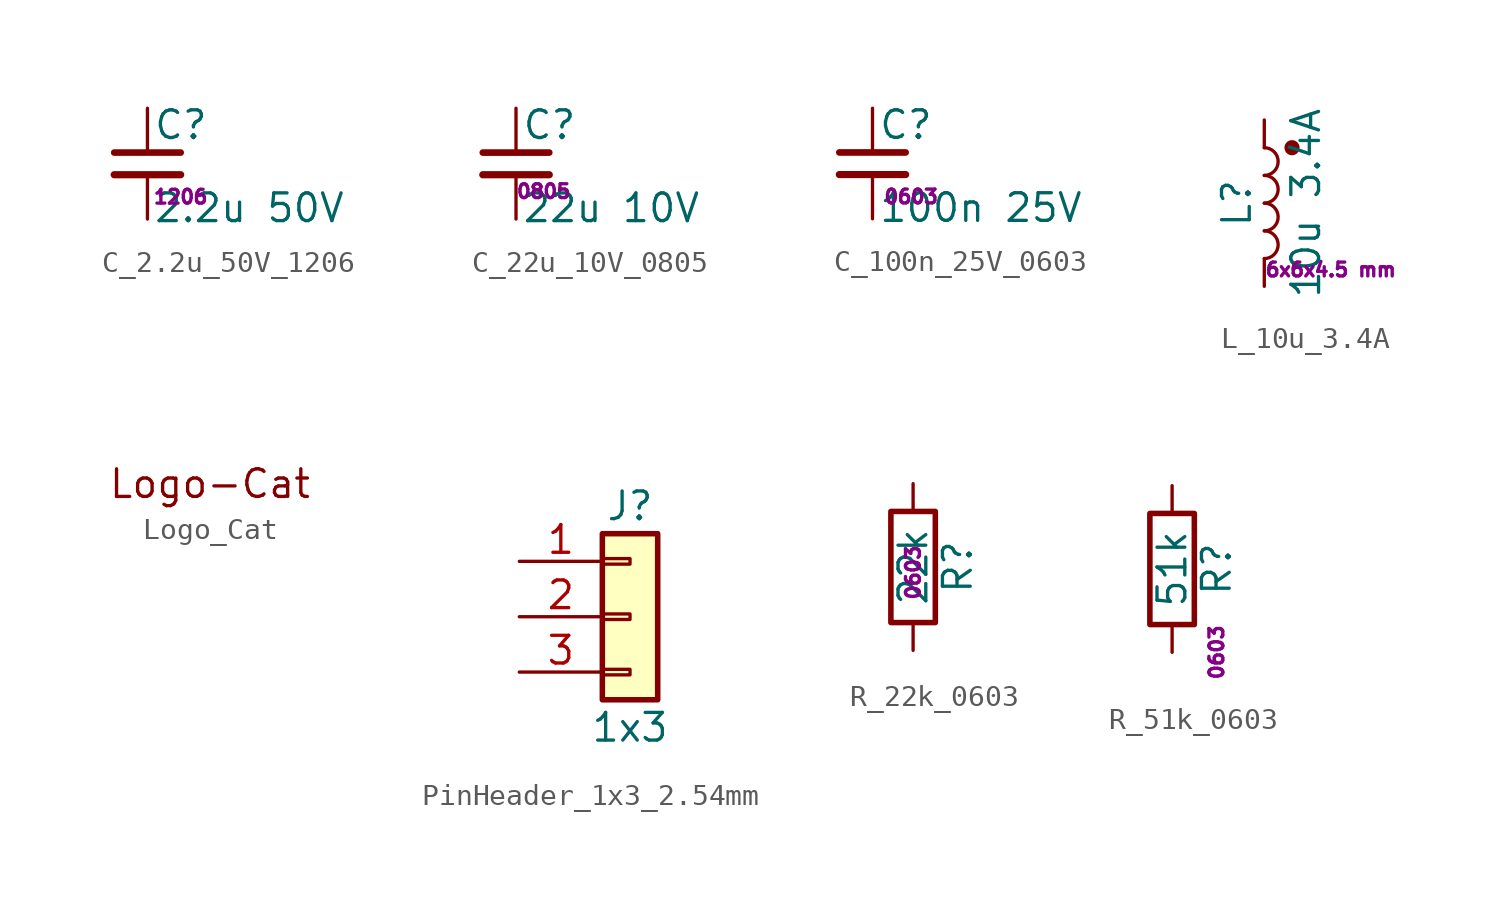
<source format=kicad_sym>
(kicad_symbol_lib
  (version 20241209)
  (generator "kicad_symbol_editor")
  (generator_version "9.0")
  (symbol "C_2.2u_50V_1206"
    (pin_numbers
      (hide yes))
    (pin_names
      (offset 0.254)
      (hide yes))
    (property "Reference" "C"
      (at 0.254 1.778 0)
      (effects (font (size 1.27 1.27)) (justify left)))
    (property "Value" "2.2u 50V"
      (at 0.254 -2.032 0)
      (effects (font (size 1.27 1.27)) (justify left)))
    (property "Size" "1206"
      (at 1.524 -1.524 0)
      (effects (font (size 0.635 0.635))))
    (symbol "C_2.2u_50V_1206_0_1"
      (polyline (pts (xy -1.524 0.508) (xy 1.524 0.508)) (stroke (width 0.305) (type default)) (fill (type none)))
      (polyline (pts (xy -1.524 -0.508) (xy 1.524 -0.508)) (stroke (width 0.33) (type default)) (fill (type none))))
    (symbol "C_2.2u_50V_1206_1_1"
      (pin passive line (at 0 2.54 270) (length 2.032) (name "~" (effects (font (size 1.27 1.27)))) (number "1" (effects (font (size 1.27 1.27)))))
      (pin passive line (at 0 -2.54 90) (length 2.032) (name "~" (effects (font (size 1.27 1.27)))) (number "2" (effects (font (size 1.27 1.27)))))))
  (symbol "C_22u_10V_0805"
    (pin_numbers
      (hide yes))
    (pin_names
      (offset 0.254)
      (hide yes))
    (property "Reference" "C"
      (at 0.254 1.778 0)
      (effects (font (size 1.27 1.27)) (justify left)))
    (property "Value" "22u 10V"
      (at 0.254 -2.032 0)
      (effects (font (size 1.27 1.27)) (justify left)))
    (property "Size" "0805"
      (at 1.27 -1.27 0)
      (effects (font (size 0.635 0.635))))
    (symbol "C_22u_10V_0805_0_1"
      (polyline (pts (xy -1.524 0.508) (xy 1.524 0.508)) (stroke (width 0.305) (type default)) (fill (type none)))
      (polyline (pts (xy -1.524 -0.508) (xy 1.524 -0.508)) (stroke (width 0.33) (type default)) (fill (type none))))
    (symbol "C_22u_10V_0805_1_1"
      (pin passive line (at 0 2.54 270) (length 2.032) (name "~" (effects (font (size 1.27 1.27)))) (number "1" (effects (font (size 1.27 1.27)))))
      (pin passive line (at 0 -2.54 90) (length 2.032) (name "~" (effects (font (size 1.27 1.27)))) (number "2" (effects (font (size 1.27 1.27)))))))
  (symbol "C_100n_25V_0603"
    (pin_numbers
      (hide yes))
    (pin_names
      (offset 0.254)
      (hide yes))
    (property "Reference" "C"
      (at 0.254 1.778 0)
      (effects (font (size 1.27 1.27)) (justify left)))
    (property "Value" "100n 25V"
      (at 0.254 -2.032 0)
      (effects (font (size 1.27 1.27)) (justify left)))
    (property "Size" "0603"
      (at 1.778 -1.524 0)
      (effects (font (size 0.635 0.635))))
    (symbol "C_100n_25V_0603_0_1"
      (polyline (pts (xy -1.524 0.508) (xy 1.524 0.508)) (stroke (width 0.305) (type default)) (fill (type none)))
      (polyline (pts (xy -1.524 -0.508) (xy 1.524 -0.508)) (stroke (width 0.33) (type default)) (fill (type none))))
    (symbol "C_100n_25V_0603_1_1"
      (pin passive line (at 0 2.54 270) (length 2.032) (name "~" (effects (font (size 1.27 1.27)))) (number "1" (effects (font (size 1.27 1.27)))))
      (pin passive line (at 0 -2.54 90) (length 2.032) (name "~" (effects (font (size 1.27 1.27)))) (number "2" (effects (font (size 1.27 1.27)))))))
  (symbol "L_10u_3.4A"
    (pin_numbers
      (hide yes))
    (pin_names
      (offset 1.016)
      (hide yes))
    (property "Reference" "L"
      (at -1.27 0 90)
      (effects (font (size 1.27 1.27))))
    (property "Value" "10u 3.4A"
      (at 1.905 0 90)
      (effects (font (size 1.27 1.27))))
    (property "Size" "6x6x4.5 mm"
      (at 3.048 -3.048 0)
      (effects (font (size 0.635 0.635))))
    (symbol "L_10u_3.4A_0_1"
      (arc (start 0 2.54) (mid 0.6323 1.905) (end 0 1.27) (stroke (width 0) (type default)) (fill (type none)))
      (arc (start 0 1.27) (mid 0.6323 0.635) (end 0 0) (stroke (width 0) (type default)) (fill (type none)))
      (arc (start 0 0) (mid 0.6323 -0.635) (end 0 -1.27) (stroke (width 0) (type default)) (fill (type none)))
      (arc (start 0 -1.27) (mid 0.6323 -1.905) (end 0 -2.54) (stroke (width 0) (type default)) (fill (type none))))
    (symbol "L_10u_3.4A_1_1"
      (circle (center 1.27 2.54) (radius 0.271) (stroke (width 0) (type solid)) (fill (type outline)))
      (pin passive line (at 0 3.81 270) (length 1.27) (name "1" (effects (font (size 1.27 1.27)))) (number "1" (effects (font (size 1.27 1.27)))))
      (pin passive line (at 0 -3.81 90) (length 1.27) (name "2" (effects (font (size 1.27 1.27)))) (number "2" (effects (font (size 1.27 1.27)))))))
  (symbol "Logo_Cat"
    (property "Reference" "Logo"
      (at 0 1.778 0)
      (effects (font (size 1.27 1.27)) (hide yes)))
    (symbol "Logo_Cat_1_1"
      (text "Logo-Cat" (at 0 0 0) (effects (font (size 1.27 1.27))))))
  (symbol "PinHeader_1x3_2.54mm"
    (pin_names
      (offset 1.016)
      (hide yes))
    (property "Reference" "J"
      (at 0 5.08 0)
      (effects (font (size 1.27 1.27))))
    (property "Value" "1x3"
      (at 0 -5.08 0)
      (effects (font (size 1.27 1.27))))
    (symbol "PinHeader_1x3_2.54mm_1_1"
      (rectangle (start -1.27 3.81) (end 1.27 -3.81) (stroke (width 0.254) (type default)) (fill (type background)))
      (rectangle (start -1.27 2.667) (end 0 2.413) (stroke (width 0.152) (type default)) (fill (type none)))
      (rectangle (start -1.27 0.127) (end 0 -0.127) (stroke (width 0.152) (type default)) (fill (type none)))
      (rectangle (start -1.27 -2.413) (end 0 -2.667) (stroke (width 0.152) (type default)) (fill (type none)))
      (pin passive line (at -5.08 2.54 0) (length 3.81) (name "Pin_1" (effects (font (size 1.27 1.27)))) (number "1" (effects (font (size 1.27 1.27)))))
      (pin passive line (at -5.08 0 0) (length 3.81) (name "Pin_2" (effects (font (size 1.27 1.27)))) (number "2" (effects (font (size 1.27 1.27)))))
      (pin passive line (at -5.08 -2.54 0) (length 3.81) (name "Pin_3" (effects (font (size 1.27 1.27)))) (number "3" (effects (font (size 1.27 1.27)))))))
  (symbol "R_22k_0603"
    (pin_numbers
      (hide yes))
    (pin_names
      (offset 0))
    (property "Reference" "R"
      (at 2.032 0 90)
      (effects (font (size 1.27 1.27))))
    (property "Value" "22k"
      (at 0 0 90)
      (effects (font (size 1.27 1.27))))
    (property "Size" "0603"
      (at 0 -0.254 90)
      (effects (font (size 0.635 0.635))))
    (symbol "R_22k_0603_0_1"
      (rectangle (start -1.016 -2.54) (end 1.016 2.54) (stroke (width 0.254) (type default)) (fill (type none))))
    (symbol "R_22k_0603_1_1"
      (pin passive line (at 0 3.81 270) (length 1.27) (name "~" (effects (font (size 1.27 1.27)))) (number "1" (effects (font (size 1.27 1.27)))))
      (pin passive line (at 0 -3.81 90) (length 1.27) (name "~" (effects (font (size 1.27 1.27)))) (number "2" (effects (font (size 1.27 1.27)))))))
  (symbol "R_51k_0603"
    (pin_numbers
      (hide yes))
    (pin_names
      (offset 0))
    (property "Reference" "R"
      (at 2.032 0 90)
      (effects (font (size 1.27 1.27))))
    (property "Value" "51k"
      (at 0 0 90)
      (effects (font (size 1.27 1.27))))
    (property "Size" "0603"
      (at 2.032 -3.81 90)
      (effects (font (size 0.635 0.635))))
    (symbol "R_51k_0603_0_1"
      (rectangle (start -1.016 -2.54) (end 1.016 2.54) (stroke (width 0.254) (type default)) (fill (type none))))
    (symbol "R_51k_0603_1_1"
      (pin passive line (at 0 3.81 270) (length 1.27) (name "~" (effects (font (size 1.27 1.27)))) (number "1" (effects (font (size 1.27 1.27)))))
      (pin passive line (at 0 -3.81 90) (length 1.27) (name "~" (effects (font (size 1.27 1.27)))) (number "2" (effects (font (size 1.27 1.27))))))))
</source>
